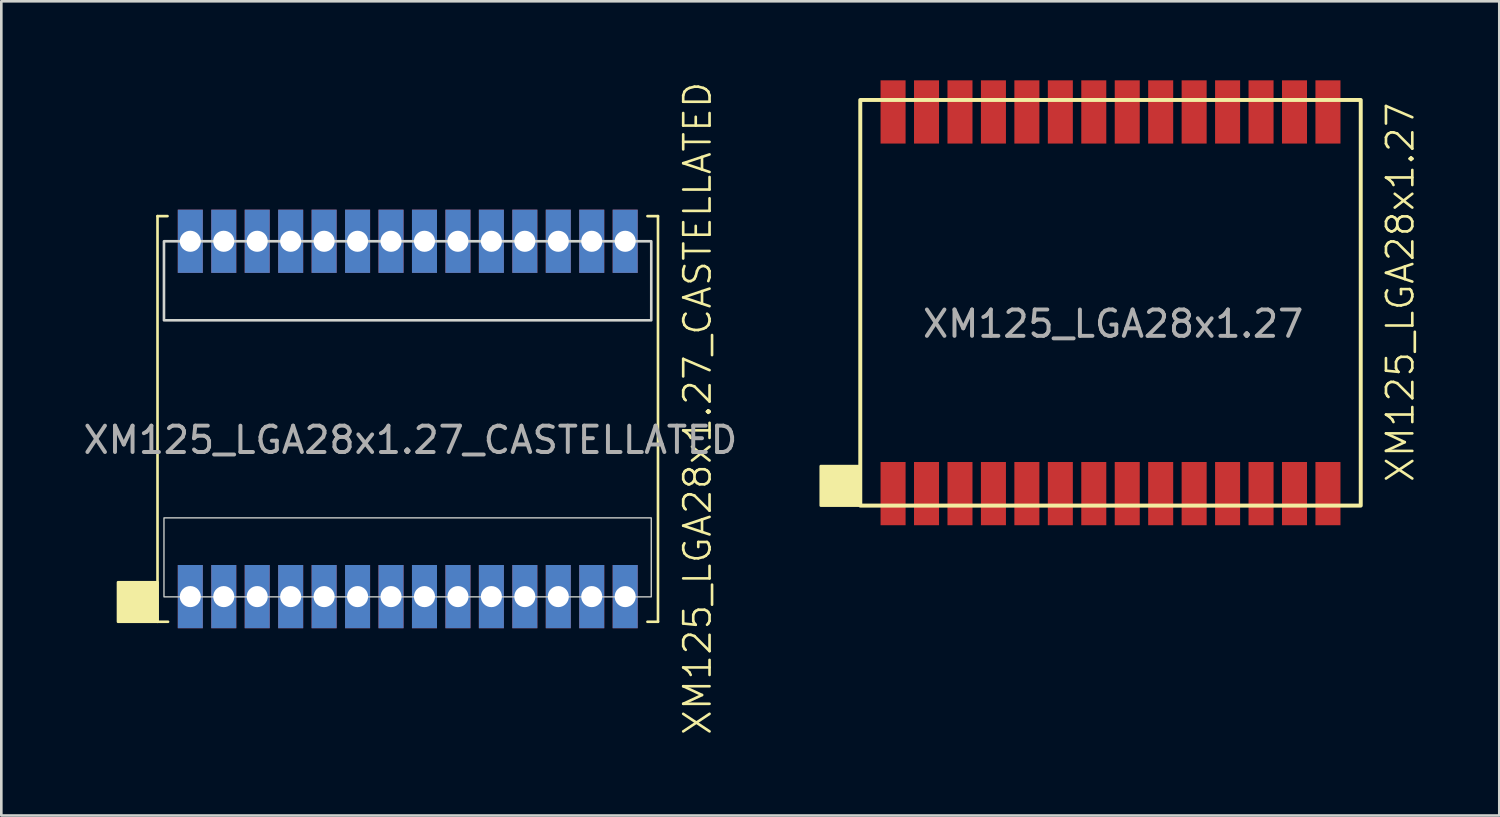
<source format=kicad_pcb>
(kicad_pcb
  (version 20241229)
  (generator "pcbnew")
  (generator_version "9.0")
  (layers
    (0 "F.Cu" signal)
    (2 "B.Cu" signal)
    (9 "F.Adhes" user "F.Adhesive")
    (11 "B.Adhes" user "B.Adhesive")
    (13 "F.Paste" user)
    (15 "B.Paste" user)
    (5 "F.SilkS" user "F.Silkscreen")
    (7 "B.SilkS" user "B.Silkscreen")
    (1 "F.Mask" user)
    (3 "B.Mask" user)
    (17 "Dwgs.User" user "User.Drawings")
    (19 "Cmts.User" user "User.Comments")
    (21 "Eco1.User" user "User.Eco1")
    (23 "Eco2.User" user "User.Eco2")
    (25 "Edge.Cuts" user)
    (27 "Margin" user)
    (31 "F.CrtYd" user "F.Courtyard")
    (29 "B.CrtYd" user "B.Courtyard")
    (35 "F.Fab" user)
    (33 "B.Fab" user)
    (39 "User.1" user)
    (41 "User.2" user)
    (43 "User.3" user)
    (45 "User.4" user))
  (footprint "XM125_LGA28x1.27_CASTELLATED"
    (layer "F.Cu")
    (at 10.93 12.855)
    (property "Reference" "XM125_LGA28x1.27_CASTELLATED" (at 12.5 -0.4 90) (unlocked yes) (layer "F.SilkS") (effects (font (size 1 1) (thickness 0.1))))
    (attr smd)
    (fp_line (start -8 -7.7) (end -7.62 -7.7) (stroke (width 0.1) (type default)) (layer "F.SilkS"))
    (fp_line (start -8 7.7) (end -8 -7.7) (stroke (width 0.1) (type default)) (layer "F.SilkS"))
    (fp_line (start -7.6 7.7) (end -8 7.7) (stroke (width 0.1) (type default)) (layer "F.SilkS"))
    (fp_line (start 11 -7.7) (end 10.6 -7.7) (stroke (width 0.1) (type default)) (layer "F.SilkS"))
    (fp_line (start 11 -7.7) (end 11 7.7) (stroke (width 0.1) (type default)) (layer "F.SilkS"))
    (fp_line (start 11 7.7) (end 10.6 7.7) (stroke (width 0.1) (type default)) (layer "F.SilkS"))
    (fp_rect (start -9.5 6.2) (end -8 7.7) (stroke (width 0.1) (type solid)) (fill yes) (layer "F.SilkS"))
    (fp_rect (start -7.755 -6.745) (end 10.745 -3.745) (stroke (width 0.1) (type default)) (fill no) (layer "Edge.Cuts"))
    (fp_rect (start -7.755 3.755) (end 10.745 6.755) (stroke (width 0.05) (type default)) (fill no) (layer "Edge.Cuts"))
    (fp_text user "${REFERENCE}" (at 1.6 0.8 0) (unlocked yes) (layer "F.Fab") (effects (font (size 1 1) (thickness 0.15))))
    (pad "1" thru_hole rect (at -6.755 6.745) (size 0.95 2.4) (drill 0.8) (property pad_prop_castellated) (layers "*.Cu" "*.Mask"))
    (pad "2" thru_hole rect (at -5.485 6.745) (size 0.95 2.4) (drill 0.8) (property pad_prop_castellated) (layers "*.Cu" "*.Mask"))
    (pad "3" thru_hole rect (at -4.215 6.745) (size 0.95 2.4) (drill 0.8) (property pad_prop_castellated) (layers "*.Cu" "*.Mask"))
    (pad "4" thru_hole rect (at -2.945 6.745) (size 0.95 2.4) (drill 0.8) (property pad_prop_castellated) (layers "*.Cu" "*.Mask"))
    (pad "5" thru_hole rect (at -1.675 6.745) (size 0.95 2.4) (drill 0.8) (property pad_prop_castellated) (layers "*.Cu" "*.Mask"))
    (pad "6" thru_hole rect (at -0.405 6.745) (size 0.95 2.4) (drill 0.8) (property pad_prop_castellated) (layers "*.Cu" "*.Mask"))
    (pad "7" thru_hole rect (at 0.865 6.745) (size 0.95 2.4) (drill 0.8) (property pad_prop_castellated) (layers "*.Cu" "*.Mask"))
    (pad "8" thru_hole rect (at 2.135 6.745) (size 0.95 2.4) (drill 0.8) (property pad_prop_castellated) (layers "*.Cu" "*.Mask"))
    (pad "9" thru_hole rect (at 3.405 6.745) (size 0.95 2.4) (drill 0.8) (property pad_prop_castellated) (layers "*.Cu" "*.Mask"))
    (pad "10" thru_hole rect (at 4.675 6.745) (size 0.95 2.4) (drill 0.8) (property pad_prop_castellated) (layers "*.Cu" "*.Mask"))
    (pad "11" thru_hole rect (at 5.945 6.745) (size 0.95 2.4) (drill 0.8) (property pad_prop_castellated) (layers "*.Cu" "*.Mask"))
    (pad "12" thru_hole rect (at 7.215 6.745) (size 0.95 2.4) (drill 0.8) (property pad_prop_castellated) (layers "*.Cu" "*.Mask"))
    (pad "13" thru_hole rect (at 8.485 6.745) (size 0.95 2.4) (drill 0.8) (property pad_prop_castellated) (layers "*.Cu" "*.Mask"))
    (pad "14" thru_hole rect (at 9.755 6.745) (size 0.95 2.4) (drill 0.8) (property pad_prop_castellated) (layers "*.Cu" "*.Mask"))
    (pad "15" thru_hole rect (at 9.755 -6.745) (size 0.95 2.4) (drill 0.8) (property pad_prop_castellated) (layers "*.Cu" "*.Mask"))
    (pad "16" thru_hole rect (at 8.485 -6.745) (size 0.95 2.4) (drill 0.8) (property pad_prop_castellated) (layers "*.Cu" "*.Mask"))
    (pad "17" thru_hole rect (at 7.215 -6.745) (size 0.95 2.4) (drill 0.8) (property pad_prop_castellated) (layers "*.Cu" "*.Mask"))
    (pad "18" thru_hole rect (at 5.945 -6.745) (size 0.95 2.4) (drill 0.8) (property pad_prop_castellated) (layers "*.Cu" "*.Mask"))
    (pad "19" thru_hole rect (at 4.675 -6.745) (size 0.95 2.4) (drill 0.8) (property pad_prop_castellated) (layers "*.Cu" "*.Mask"))
    (pad "20" thru_hole rect (at 3.405 -6.745) (size 0.95 2.4) (drill 0.8) (property pad_prop_castellated) (layers "*.Cu" "*.Mask"))
    (pad "21" thru_hole rect (at 2.135 -6.745) (size 0.95 2.4) (drill 0.8) (property pad_prop_castellated) (layers "*.Cu" "*.Mask"))
    (pad "22" thru_hole rect (at 0.865 -6.745) (size 0.95 2.4) (drill 0.8) (property pad_prop_castellated) (layers "*.Cu" "*.Mask"))
    (pad "23" thru_hole rect (at -0.405 -6.745) (size 0.95 2.4) (drill 0.8) (property pad_prop_castellated) (layers "*.Cu" "*.Mask"))
    (pad "24" thru_hole rect (at -1.675 -6.745) (size 0.95 2.4) (drill 0.8) (property pad_prop_castellated) (layers "*.Cu" "*.Mask"))
    (pad "25" thru_hole rect (at -2.945 -6.745) (size 0.95 2.4) (drill 0.8) (property pad_prop_castellated) (layers "*.Cu" "*.Mask"))
    (pad "26" thru_hole rect (at -4.215 -6.745) (size 0.95 2.4) (drill 0.8) (property pad_prop_castellated) (layers "*.Cu" "*.Mask"))
    (pad "27" thru_hole rect (at -5.485 -6.745) (size 0.95 2.4) (drill 0.8) (property pad_prop_castellated) (layers "*.Cu" "*.Mask"))
    (pad "28" thru_hole rect (at -6.755 -6.745) (size 0.95 2.4) (drill 0.8) (property pad_prop_castellated) (layers "*.Cu" "*.Mask")))
  (footprint "XM125_LGA28x1.27"
    (layer "F.Cu")
    (at 39.11 8.445)
    (property "Reference" "XM125_LGA28x1.27" (at 11 -0.4 90) (unlocked yes) (layer "F.SilkS") (effects (font (size 1 1) (thickness 0.1))))
    (attr smd)
    (fp_rect (start -11 6.2) (end -9.5 7.7) (stroke (width 0.1) (type solid)) (fill yes) (layer "F.SilkS"))
    (fp_rect (start -9.5 -7.7) (end 9.5 7.7) (stroke (width 0.15) (type default)) (fill no) (layer "F.SilkS"))
    (fp_text user "${REFERENCE}" (at 0.1 0.8 0) (unlocked yes) (layer "F.Fab") (effects (font (size 1 1) (thickness 0.15))))
    (pad "1" smd rect (at -8.255 7.245) (size 0.95 2.4) (layers "F.Cu" "F.Mask" "F.Paste"))
    (pad "2" smd rect (at -6.985 7.245) (size 0.95 2.4) (layers "F.Cu" "F.Mask" "F.Paste"))
    (pad "3" smd rect (at -5.715 7.245) (size 0.95 2.4) (layers "F.Cu" "F.Mask" "F.Paste"))
    (pad "4" smd rect (at -4.445 7.245) (size 0.95 2.4) (layers "F.Cu" "F.Mask" "F.Paste"))
    (pad "5" smd rect (at -3.175 7.245) (size 0.95 2.4) (layers "F.Cu" "F.Mask" "F.Paste"))
    (pad "6" smd rect (at -1.905 7.245) (size 0.95 2.4) (layers "F.Cu" "F.Mask" "F.Paste"))
    (pad "7" smd rect (at -0.635 7.245) (size 0.95 2.4) (layers "F.Cu" "F.Mask" "F.Paste"))
    (pad "8" smd rect (at 0.635 7.245) (size 0.95 2.4) (layers "F.Cu" "F.Mask" "F.Paste"))
    (pad "9" smd rect (at 1.905 7.245) (size 0.95 2.4) (layers "F.Cu" "F.Mask" "F.Paste"))
    (pad "10" smd rect (at 3.175 7.245) (size 0.95 2.4) (layers "F.Cu" "F.Mask" "F.Paste"))
    (pad "11" smd rect (at 4.445 7.245) (size 0.95 2.4) (layers "F.Cu" "F.Mask" "F.Paste"))
    (pad "12" smd rect (at 5.715 7.245) (size 0.95 2.4) (layers "F.Cu" "F.Mask" "F.Paste"))
    (pad "13" smd rect (at 6.985 7.245) (size 0.95 2.4) (layers "F.Cu" "F.Mask" "F.Paste"))
    (pad "14" smd rect (at 8.255 7.245) (size 0.95 2.4) (layers "F.Cu" "F.Mask" "F.Paste"))
    (pad "15" smd rect (at 8.255 -7.245) (size 0.95 2.4) (layers "F.Cu" "F.Mask" "F.Paste"))
    (pad "16" smd rect (at 6.985 -7.245) (size 0.95 2.4) (layers "F.Cu" "F.Mask" "F.Paste"))
    (pad "17" smd rect (at 5.715 -7.245) (size 0.95 2.4) (layers "F.Cu" "F.Mask" "F.Paste"))
    (pad "18" smd rect (at 4.445 -7.245) (size 0.95 2.4) (layers "F.Cu" "F.Mask" "F.Paste"))
    (pad "19" smd rect (at 3.175 -7.245) (size 0.95 2.4) (layers "F.Cu" "F.Mask" "F.Paste"))
    (pad "20" smd rect (at 1.905 -7.245) (size 0.95 2.4) (layers "F.Cu" "F.Mask" "F.Paste"))
    (pad "21" smd rect (at 0.635 -7.245) (size 0.95 2.4) (layers "F.Cu" "F.Mask" "F.Paste"))
    (pad "22" smd rect (at -0.635 -7.245) (size 0.95 2.4) (layers "F.Cu" "F.Mask" "F.Paste"))
    (pad "23" smd rect (at -1.905 -7.245) (size 0.95 2.4) (layers "F.Cu" "F.Mask" "F.Paste"))
    (pad "24" smd rect (at -3.175 -7.245) (size 0.95 2.4) (layers "F.Cu" "F.Mask" "F.Paste"))
    (pad "25" smd rect (at -4.445 -7.245) (size 0.95 2.4) (layers "F.Cu" "F.Mask" "F.Paste"))
    (pad "26" smd rect (at -5.715 -7.245) (size 0.95 2.4) (layers "F.Cu" "F.Mask" "F.Paste"))
    (pad "27" smd rect (at -6.985 -7.245) (size 0.95 2.4) (layers "F.Cu" "F.Mask" "F.Paste"))
    (pad "28" smd rect (at -8.255 -7.245) (size 0.95 2.4) (layers "F.Cu" "F.Mask" "F.Paste")))
  (gr_rect
    (start -3 -3)
    (end 53.87 27.91)
    (stroke (width 0.1) (type default))
    (fill no)
    (layer "Edge.Cuts")))
</source>
